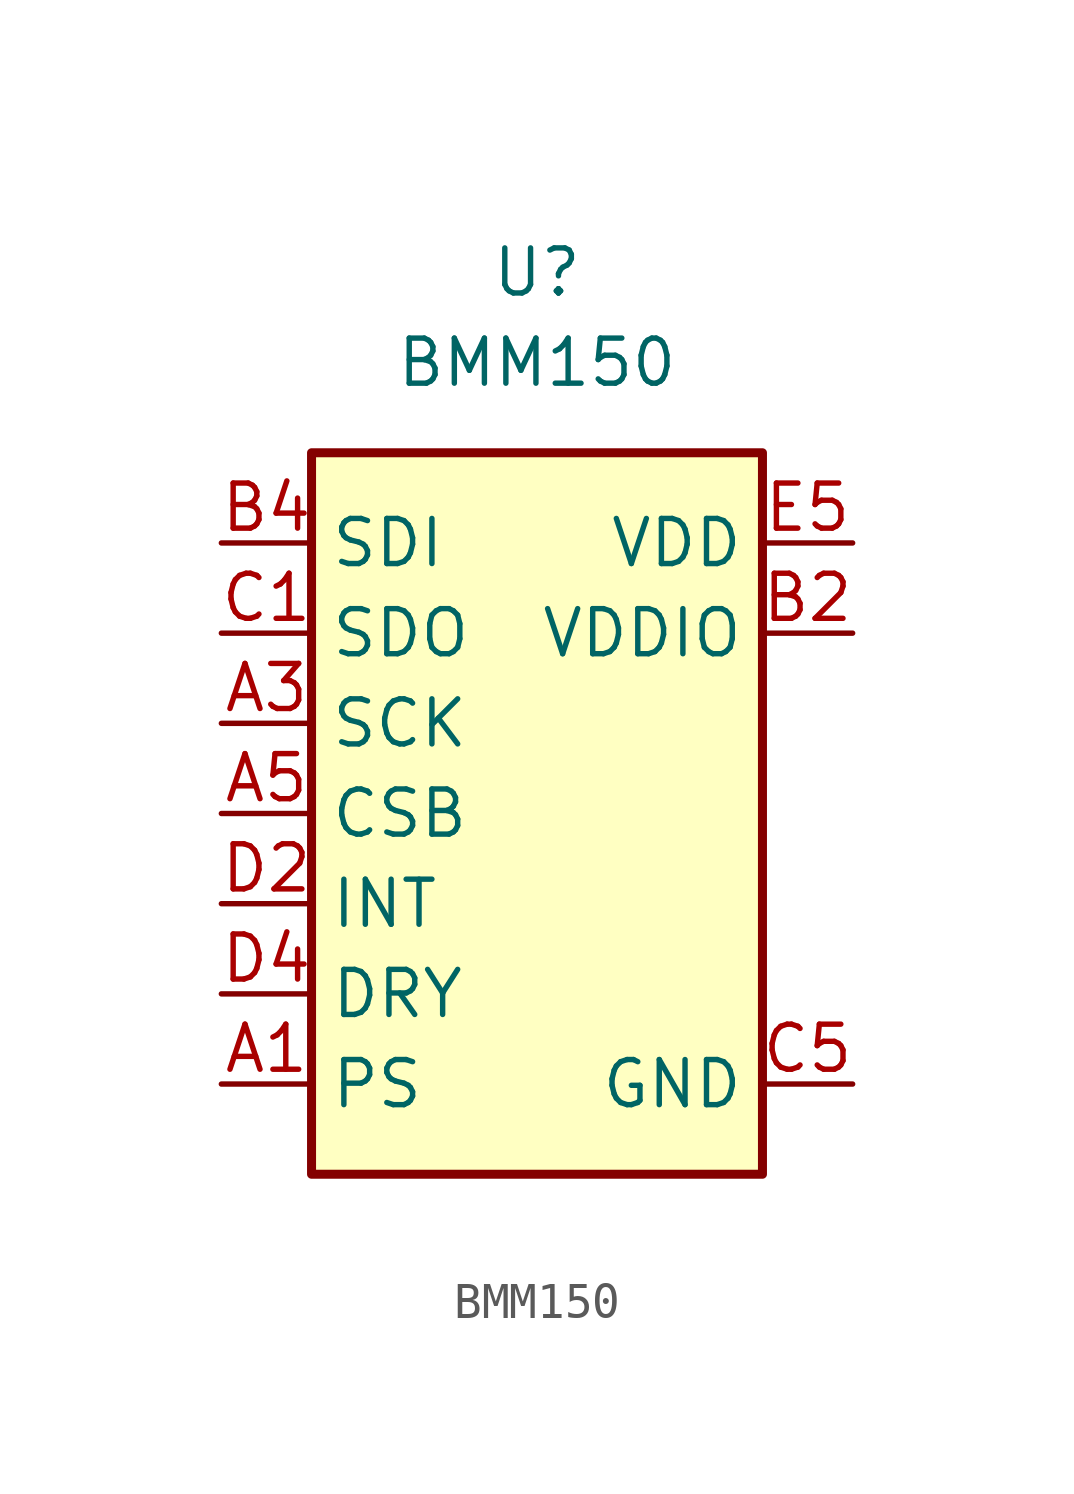
<source format=kicad_sym>
(kicad_symbol_lib
  (version 20211014)
  (generator kicad_symbol_editor)
  (symbol "BMM150"
    (property "Reference" "U"
      (at 0 16.51 0)
      (effects (font (size 1.27 1.27))))
    (property "Value" "BMM150"
      (at 0 13.97 0)
      (effects (font (size 1.27 1.27))))
    (property "Datasheet" ""
      (at -7.62 6.35 0)
      (effects (font (size 1.524 1.524))))
    (symbol "BMM150_1_1"
      (rectangle (start -6.35 11.43) (end 6.35 -8.89) (stroke (width 0.254) (type default) (color 0 0 0 0)) (fill (type background)))
      (pin passive line (at -8.89 -6.35 0) (length 2.54) (name "PS" (effects (font (size 1.27 1.27)))) (number "A1" (effects (font (size 1.27 1.27)))))
      (pin input line (at -8.89 3.81 0) (length 2.54) (name "SCK" (effects (font (size 1.27 1.27)))) (number "A3" (effects (font (size 1.27 1.27)))))
      (pin passive line (at -8.89 1.27 0) (length 2.54) (name "CSB" (effects (font (size 1.27 1.27)))) (number "A5" (effects (font (size 1.27 1.27)))) (alternate "ADDR" passive line))
      (pin power_in line (at 8.89 6.35 180) (length 2.54) (name "VDDIO" (effects (font (size 1.27 1.27)))) (number "B2" (effects (font (size 1.27 1.27)))))
      (pin bidirectional line (at -8.89 8.89 0) (length 2.54) (name "SDI" (effects (font (size 1.27 1.27)))) (number "B4" (effects (font (size 1.27 1.27)))))
      (pin bidirectional line (at -8.89 6.35 0) (length 2.54) (name "SDO" (effects (font (size 1.27 1.27)))) (number "C1" (effects (font (size 1.27 1.27)))) (alternate "ADDR" passive line))
      (pin power_in line (at 8.89 -6.35 180) (length 2.54) (name "GND" (effects (font (size 1.27 1.27)))) (number "C5" (effects (font (size 1.27 1.27)))))
      (pin output line (at -8.89 -1.27 0) (length 2.54) (name "INT" (effects (font (size 1.27 1.27)))) (number "D2" (effects (font (size 1.27 1.27)))))
      (pin output line (at -8.89 -3.81 0) (length 2.54) (name "DRY" (effects (font (size 1.27 1.27)))) (number "D4" (effects (font (size 1.27 1.27)))))
      (pin passive line (at 8.89 -6.35 180) (length 2.54) hide (name "GND" (effects (font (size 1.27 1.27)))) (number "E1" (effects (font (size 1.27 1.27)))))
      (pin passive line (at 8.89 -6.35 180) (length 2.54) hide (name "GND" (effects (font (size 1.27 1.27)))) (number "E3" (effects (font (size 1.27 1.27)))))
      (pin power_in line (at 8.89 8.89 180) (length 2.54) (name "VDD" (effects (font (size 1.27 1.27)))) (number "E5" (effects (font (size 1.27 1.27))))))))
</source>
